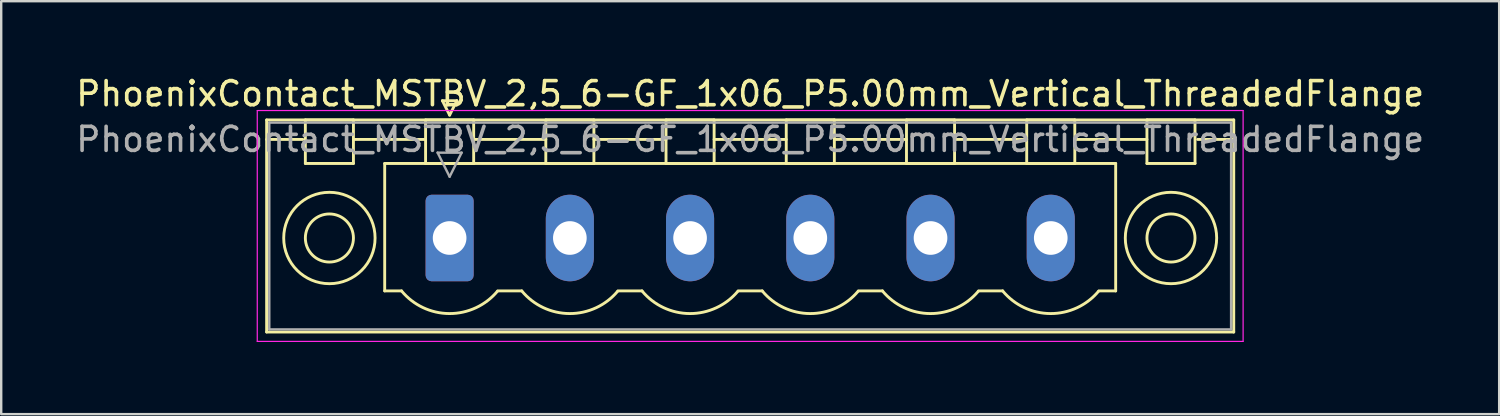
<source format=kicad_pcb>
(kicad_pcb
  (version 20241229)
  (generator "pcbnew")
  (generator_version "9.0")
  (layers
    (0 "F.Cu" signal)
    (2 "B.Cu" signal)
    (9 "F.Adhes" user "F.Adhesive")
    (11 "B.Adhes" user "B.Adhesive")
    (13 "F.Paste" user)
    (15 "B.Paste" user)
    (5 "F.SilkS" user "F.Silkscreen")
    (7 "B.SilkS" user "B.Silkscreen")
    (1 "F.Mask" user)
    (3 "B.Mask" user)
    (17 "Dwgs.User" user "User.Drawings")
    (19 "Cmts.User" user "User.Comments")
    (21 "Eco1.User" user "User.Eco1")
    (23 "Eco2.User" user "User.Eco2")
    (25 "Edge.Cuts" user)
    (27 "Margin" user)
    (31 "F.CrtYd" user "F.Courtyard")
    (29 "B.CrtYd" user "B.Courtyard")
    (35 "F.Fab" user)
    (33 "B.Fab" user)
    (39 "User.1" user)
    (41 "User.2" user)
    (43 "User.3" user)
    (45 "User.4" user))
  (footprint "PhoenixContact_MSTBV_2,5_6-GF_1x06_P5.00mm_Vertical_ThreadedFlange"
    (layer "F.Cu")
    (at 15.649 6.848)
    (property "Reference" "PhoenixContact_MSTBV_2,5_6-GF_1x06_P5.00mm_Vertical_ThreadedFlange" (at 12.5 -6 0) (layer "F.SilkS") (effects (font (size 1 1) (thickness 0.15))))
    (attr through_hole)
    (fp_line (start -7.61 -4.91) (end -7.61 3.91) (stroke (width 0.12) (type solid)) (layer "F.SilkS"))
    (fp_line (start -7.61 -4.1) (end -6.11 -4.1) (stroke (width 0.12) (type solid)) (layer "F.SilkS"))
    (fp_line (start -7.61 3.91) (end 32.61 3.91) (stroke (width 0.12) (type solid)) (layer "F.SilkS"))
    (fp_line (start -6 -4.91) (end -4 -4.91) (stroke (width 0.12) (type solid)) (layer "F.SilkS"))
    (fp_line (start -6 -3.1) (end -6 -4.91) (stroke (width 0.12) (type solid)) (layer "F.SilkS"))
    (fp_line (start -4 -4.91) (end -4 -3.1) (stroke (width 0.12) (type solid)) (layer "F.SilkS"))
    (fp_line (start -4 -4.1) (end -1 -4.1) (stroke (width 0.12) (type solid)) (layer "F.SilkS"))
    (fp_line (start -4 -3.1) (end -6 -3.1) (stroke (width 0.12) (type solid)) (layer "F.SilkS"))
    (fp_line (start -2.7 -3.1) (end 27.7 -3.1) (stroke (width 0.12) (type solid)) (layer "F.SilkS"))
    (fp_line (start -2.7 2.2) (end -2.7 -3.1) (stroke (width 0.12) (type solid)) (layer "F.SilkS"))
    (fp_line (start -2 2.2) (end -2.7 2.2) (stroke (width 0.12) (type solid)) (layer "F.SilkS"))
    (fp_line (start -1 -4.91) (end 1 -4.91) (stroke (width 0.12) (type solid)) (layer "F.SilkS"))
    (fp_line (start -1 -3.1) (end -1 -4.91) (stroke (width 0.12) (type solid)) (layer "F.SilkS"))
    (fp_line (start -0.3 -5.71) (end 0.3 -5.71) (stroke (width 0.12) (type solid)) (layer "F.SilkS"))
    (fp_line (start 0 -5.11) (end -0.3 -5.71) (stroke (width 0.12) (type solid)) (layer "F.SilkS"))
    (fp_line (start 0.3 -5.71) (end 0 -5.11) (stroke (width 0.12) (type solid)) (layer "F.SilkS"))
    (fp_line (start 1 -4.91) (end 1 -3.1) (stroke (width 0.12) (type solid)) (layer "F.SilkS"))
    (fp_line (start 1 -4.1) (end 4 -4.1) (stroke (width 0.12) (type solid)) (layer "F.SilkS"))
    (fp_line (start 1 -3.1) (end -1 -3.1) (stroke (width 0.12) (type solid)) (layer "F.SilkS"))
    (fp_line (start 2 2.2) (end 3 2.2) (stroke (width 0.12) (type solid)) (layer "F.SilkS"))
    (fp_line (start 4 -4.91) (end 6 -4.91) (stroke (width 0.12) (type solid)) (layer "F.SilkS"))
    (fp_line (start 4 -3.1) (end 4 -4.91) (stroke (width 0.12) (type solid)) (layer "F.SilkS"))
    (fp_line (start 6 -4.91) (end 6 -3.1) (stroke (width 0.12) (type solid)) (layer "F.SilkS"))
    (fp_line (start 6 -4.1) (end 9 -4.1) (stroke (width 0.12) (type solid)) (layer "F.SilkS"))
    (fp_line (start 6 -3.1) (end 4 -3.1) (stroke (width 0.12) (type solid)) (layer "F.SilkS"))
    (fp_line (start 7 2.2) (end 8 2.2) (stroke (width 0.12) (type solid)) (layer "F.SilkS"))
    (fp_line (start 9 -4.91) (end 11 -4.91) (stroke (width 0.12) (type solid)) (layer "F.SilkS"))
    (fp_line (start 9 -3.1) (end 9 -4.91) (stroke (width 0.12) (type solid)) (layer "F.SilkS"))
    (fp_line (start 11 -4.91) (end 11 -3.1) (stroke (width 0.12) (type solid)) (layer "F.SilkS"))
    (fp_line (start 11 -4.1) (end 14 -4.1) (stroke (width 0.12) (type solid)) (layer "F.SilkS"))
    (fp_line (start 11 -3.1) (end 9 -3.1) (stroke (width 0.12) (type solid)) (layer "F.SilkS"))
    (fp_line (start 12 2.2) (end 13 2.2) (stroke (width 0.12) (type solid)) (layer "F.SilkS"))
    (fp_line (start 14 -4.91) (end 16 -4.91) (stroke (width 0.12) (type solid)) (layer "F.SilkS"))
    (fp_line (start 14 -3.1) (end 14 -4.91) (stroke (width 0.12) (type solid)) (layer "F.SilkS"))
    (fp_line (start 16 -4.91) (end 16 -3.1) (stroke (width 0.12) (type solid)) (layer "F.SilkS"))
    (fp_line (start 16 -4.1) (end 19 -4.1) (stroke (width 0.12) (type solid)) (layer "F.SilkS"))
    (fp_line (start 16 -3.1) (end 14 -3.1) (stroke (width 0.12) (type solid)) (layer "F.SilkS"))
    (fp_line (start 17 2.2) (end 18 2.2) (stroke (width 0.12) (type solid)) (layer "F.SilkS"))
    (fp_line (start 19 -4.91) (end 21 -4.91) (stroke (width 0.12) (type solid)) (layer "F.SilkS"))
    (fp_line (start 19 -3.1) (end 19 -4.91) (stroke (width 0.12) (type solid)) (layer "F.SilkS"))
    (fp_line (start 21 -4.91) (end 21 -3.1) (stroke (width 0.12) (type solid)) (layer "F.SilkS"))
    (fp_line (start 21 -4.1) (end 24 -4.1) (stroke (width 0.12) (type solid)) (layer "F.SilkS"))
    (fp_line (start 21 -3.1) (end 19 -3.1) (stroke (width 0.12) (type solid)) (layer "F.SilkS"))
    (fp_line (start 22 2.2) (end 23 2.2) (stroke (width 0.12) (type solid)) (layer "F.SilkS"))
    (fp_line (start 24 -4.91) (end 26 -4.91) (stroke (width 0.12) (type solid)) (layer "F.SilkS"))
    (fp_line (start 24 -3.1) (end 24 -4.91) (stroke (width 0.12) (type solid)) (layer "F.SilkS"))
    (fp_line (start 26 -4.91) (end 26 -3.1) (stroke (width 0.12) (type solid)) (layer "F.SilkS"))
    (fp_line (start 26 -4.1) (end 29 -4.1) (stroke (width 0.12) (type solid)) (layer "F.SilkS"))
    (fp_line (start 26 -3.1) (end 24 -3.1) (stroke (width 0.12) (type solid)) (layer "F.SilkS"))
    (fp_line (start 27.7 -3.1) (end 27.7 2.2) (stroke (width 0.12) (type solid)) (layer "F.SilkS"))
    (fp_line (start 27.7 2.2) (end 27 2.2) (stroke (width 0.12) (type solid)) (layer "F.SilkS"))
    (fp_line (start 29 -4.91) (end 31 -4.91) (stroke (width 0.12) (type solid)) (layer "F.SilkS"))
    (fp_line (start 29 -3.1) (end 29 -4.91) (stroke (width 0.12) (type solid)) (layer "F.SilkS"))
    (fp_line (start 31 -4.91) (end 31 -3.1) (stroke (width 0.12) (type solid)) (layer "F.SilkS"))
    (fp_line (start 31 -3.1) (end 29 -3.1) (stroke (width 0.12) (type solid)) (layer "F.SilkS"))
    (fp_line (start 32.61 -4.91) (end -7.61 -4.91) (stroke (width 0.12) (type solid)) (layer "F.SilkS"))
    (fp_line (start 32.61 -4.1) (end 31.11 -4.1) (stroke (width 0.12) (type solid)) (layer "F.SilkS"))
    (fp_line (start 32.61 3.91) (end 32.61 -4.91) (stroke (width 0.12) (type solid)) (layer "F.SilkS"))
    (fp_arc (start 1.986842 2.215821) (mid -0.010289 3.142758) (end -2 2.2) (stroke (width 0.12) (type solid)) (layer "F.SilkS"))
    (fp_arc (start 6.986842 2.215821) (mid 4.989711 3.142758) (end 3 2.2) (stroke (width 0.12) (type solid)) (layer "F.SilkS"))
    (fp_arc (start 11.986842 2.215821) (mid 9.989711 3.142758) (end 8 2.2) (stroke (width 0.12) (type solid)) (layer "F.SilkS"))
    (fp_arc (start 16.986842 2.215821) (mid 14.989711 3.142758) (end 13 2.2) (stroke (width 0.12) (type solid)) (layer "F.SilkS"))
    (fp_arc (start 21.986842 2.215821) (mid 19.989711 3.142758) (end 18 2.2) (stroke (width 0.12) (type solid)) (layer "F.SilkS"))
    (fp_arc (start 26.986842 2.215821) (mid 24.989711 3.142758) (end 23 2.2) (stroke (width 0.12) (type solid)) (layer "F.SilkS"))
    (fp_circle (center -5 0) (end -4 0) (stroke (width 0.12) (type solid)) (fill no) (layer "F.SilkS"))
    (fp_circle (center -5 0) (end -3.1 0) (stroke (width 0.12) (type solid)) (fill no) (layer "F.SilkS"))
    (fp_circle (center 30 0) (end 31 0) (stroke (width 0.12) (type solid)) (fill no) (layer "F.SilkS"))
    (fp_circle (center 30 0) (end 31.9 0) (stroke (width 0.12) (type solid)) (fill no) (layer "F.SilkS"))
    (fp_line (start -8 -5.3) (end -8 4.3) (stroke (width 0.05) (type solid)) (layer "F.CrtYd"))
    (fp_line (start -8 4.3) (end 33 4.3) (stroke (width 0.05) (type solid)) (layer "F.CrtYd"))
    (fp_line (start 33 -5.3) (end -8 -5.3) (stroke (width 0.05) (type solid)) (layer "F.CrtYd"))
    (fp_line (start 33 4.3) (end 33 -5.3) (stroke (width 0.05) (type solid)) (layer "F.CrtYd"))
    (fp_line (start -7.5 -4.8) (end -7.5 3.8) (stroke (width 0.1) (type solid)) (layer "F.Fab"))
    (fp_line (start -7.5 3.8) (end 32.5 3.8) (stroke (width 0.1) (type solid)) (layer "F.Fab"))
    (fp_line (start -0.5 -3.55) (end 0.5 -3.55) (stroke (width 0.1) (type solid)) (layer "F.Fab"))
    (fp_line (start 0 -2.55) (end -0.5 -3.55) (stroke (width 0.1) (type solid)) (layer "F.Fab"))
    (fp_line (start 0.5 -3.55) (end 0 -2.55) (stroke (width 0.1) (type solid)) (layer "F.Fab"))
    (fp_line (start 32.5 -4.8) (end -7.5 -4.8) (stroke (width 0.1) (type solid)) (layer "F.Fab"))
    (fp_line (start 32.5 3.8) (end 32.5 -4.8) (stroke (width 0.1) (type solid)) (layer "F.Fab"))
    (fp_text user "${REFERENCE}" (at 12.5 -4.1 0) (layer "F.Fab") (effects (font (size 1 1) (thickness 0.15))))
    (pad "1" thru_hole roundrect (at 0 0) (size 2 3.6) (drill 1.4) (layers "*.Cu" "*.Mask") (roundrect_rratio 0.125))
    (pad "2" thru_hole oval (at 5 0) (size 2 3.6) (drill 1.4) (layers "*.Cu" "*.Mask"))
    (pad "3" thru_hole oval (at 10 0) (size 2 3.6) (drill 1.4) (layers "*.Cu" "*.Mask"))
    (pad "4" thru_hole oval (at 15 0) (size 2 3.6) (drill 1.4) (layers "*.Cu" "*.Mask"))
    (pad "5" thru_hole oval (at 20 0) (size 2 3.6) (drill 1.4) (layers "*.Cu" "*.Mask"))
    (pad "6" thru_hole oval (at 25 0) (size 2 3.6) (drill 1.4) (layers "*.Cu" "*.Mask")))
  (gr_rect
    (start -3 -3)
    (end 59.298 14.173)
    (stroke (width 0.1) (type default))
    (fill no)
    (layer "Edge.Cuts")))
</source>
